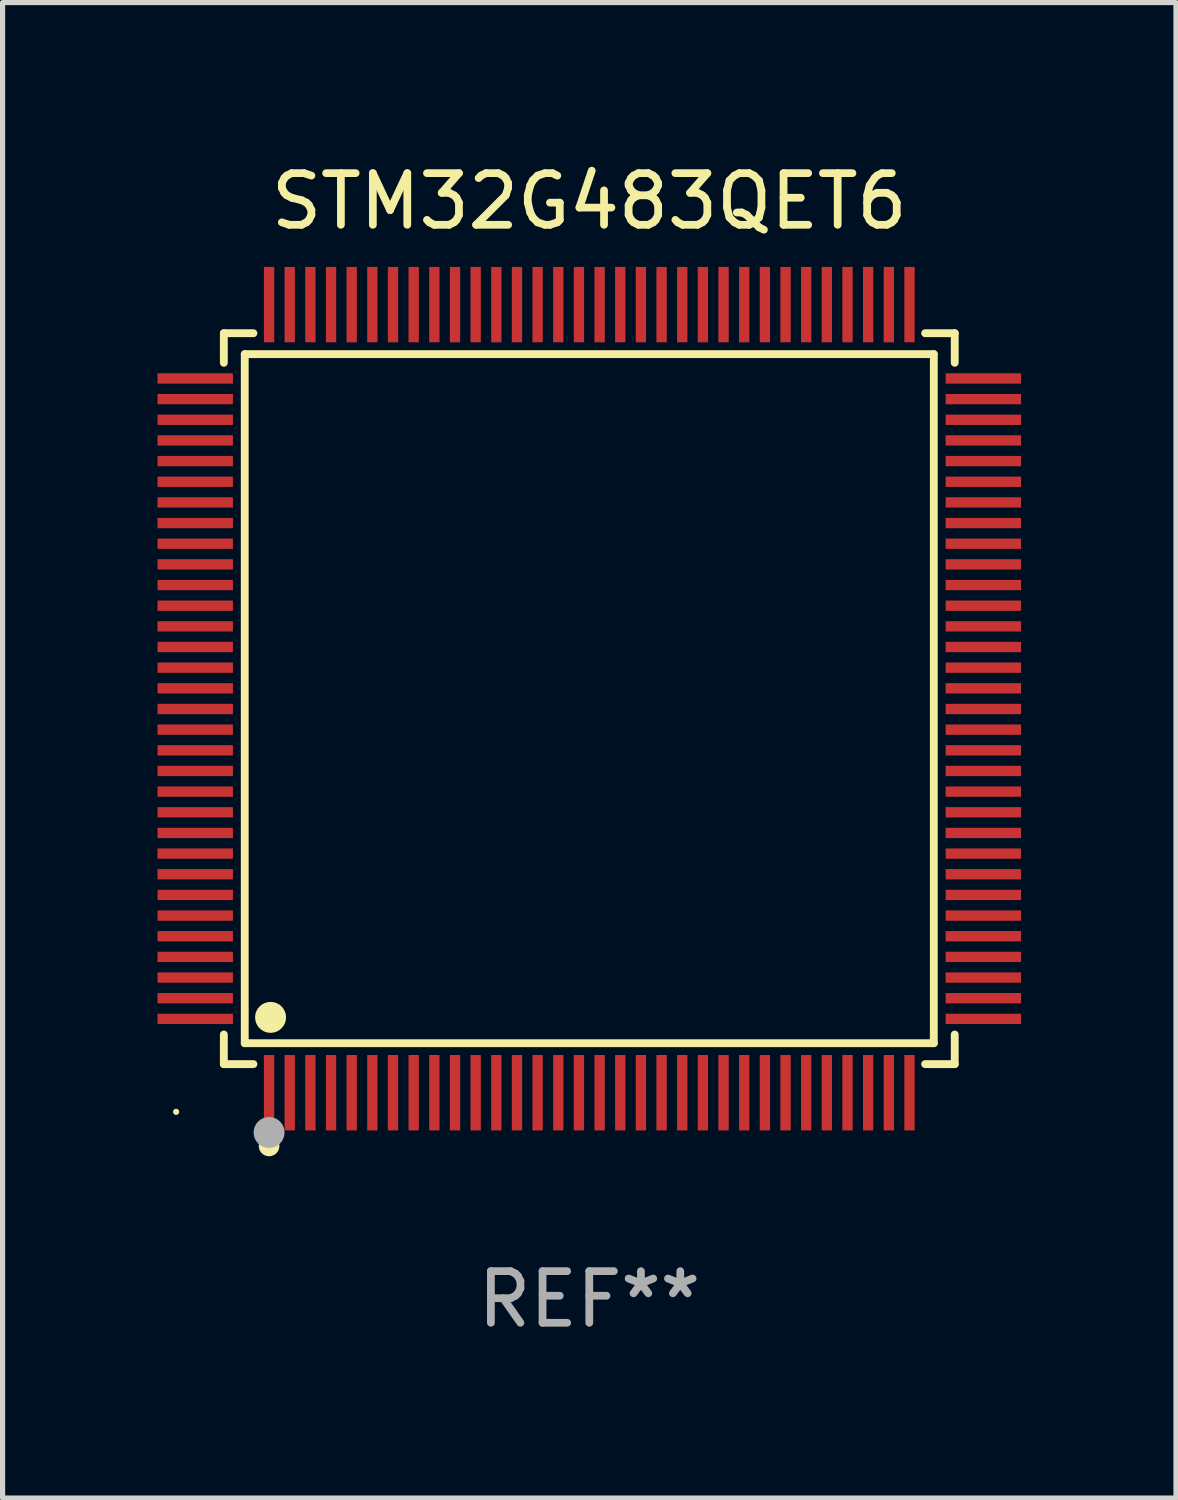
<source format=kicad_pcb>
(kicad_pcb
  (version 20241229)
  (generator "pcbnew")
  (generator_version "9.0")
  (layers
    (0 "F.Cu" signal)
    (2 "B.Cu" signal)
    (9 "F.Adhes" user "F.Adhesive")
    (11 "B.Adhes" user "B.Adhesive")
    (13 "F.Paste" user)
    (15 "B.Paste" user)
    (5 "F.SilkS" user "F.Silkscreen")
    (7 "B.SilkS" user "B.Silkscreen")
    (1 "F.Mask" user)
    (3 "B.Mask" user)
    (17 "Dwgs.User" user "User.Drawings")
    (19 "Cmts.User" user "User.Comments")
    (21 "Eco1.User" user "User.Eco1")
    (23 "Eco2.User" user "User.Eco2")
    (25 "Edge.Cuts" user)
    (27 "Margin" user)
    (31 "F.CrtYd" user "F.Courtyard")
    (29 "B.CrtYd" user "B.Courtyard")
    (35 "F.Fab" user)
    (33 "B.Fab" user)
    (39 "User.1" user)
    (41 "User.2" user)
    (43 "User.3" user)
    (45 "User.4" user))
  (footprint "STM32G483QET6"
    (layer "F.Cu")
    (at 8.36 10.478)
    (property "Reference" "STM32G483QET6" (at 0 -9.63 0) (layer "F.SilkS") (effects (font (size 1 1) (thickness 0.15))))
    (attr through_hole)
    (fp_line (start -7.076 -7.076) (end -6.503 -7.076) (stroke (width 0.152) (type solid)) (layer "F.SilkS"))
    (fp_line (start -7.076 -6.503) (end -7.076 -7.076) (stroke (width 0.152) (type solid)) (layer "F.SilkS"))
    (fp_line (start -7.076 6.503) (end -7.076 7.076) (stroke (width 0.152) (type solid)) (layer "F.SilkS"))
    (fp_line (start -7.076 7.076) (end -6.503 7.076) (stroke (width 0.152) (type solid)) (layer "F.SilkS"))
    (fp_line (start -6.671 -6.671) (end 6.671 -6.671) (stroke (width 0.152) (type solid)) (layer "F.SilkS"))
    (fp_line (start -6.671 6.671) (end -6.671 -6.671) (stroke (width 0.152) (type solid)) (layer "F.SilkS"))
    (fp_line (start 6.671 -6.671) (end 6.671 6.671) (stroke (width 0.152) (type solid)) (layer "F.SilkS"))
    (fp_line (start 6.671 6.671) (end -6.671 6.671) (stroke (width 0.152) (type solid)) (layer "F.SilkS"))
    (fp_line (start 7.076 -7.076) (end 6.503 -7.076) (stroke (width 0.152) (type solid)) (layer "F.SilkS"))
    (fp_line (start 7.076 -6.503) (end 7.076 -7.076) (stroke (width 0.152) (type solid)) (layer "F.SilkS"))
    (fp_line (start 7.076 6.503) (end 7.076 7.076) (stroke (width 0.152) (type solid)) (layer "F.SilkS"))
    (fp_line (start 7.076 7.076) (end 6.503 7.076) (stroke (width 0.152) (type solid)) (layer "F.SilkS"))
    (fp_circle (center -8 8) (end -7.97 8) (stroke (width 0.06) (type solid)) (fill no) (layer "F.SilkS"))
    (fp_circle (center -6.2 8.66) (end -6.1 8.66) (stroke (width 0.2) (type solid)) (fill no) (layer "F.SilkS"))
    (fp_circle (center -6.171 6.171) (end -6.021 6.171) (stroke (width 0.3) (type solid)) (fill no) (layer "F.SilkS"))
    (fp_circle (center -6.2 8.4) (end -6.05 8.4) (stroke (width 0.3) (type solid)) (fill no) (layer "F.Fab"))
    (fp_text user "REF**" (at 0 11.63 0) (layer "F.Fab") (effects (font (size 1 1) (thickness 0.15))))
    (pad "1" smd rect (at -6.2 7.63) (size 0.2 1.46) (layers "F.Cu" "F.Mask" "F.Paste"))
    (pad "2" smd rect (at -5.8 7.63) (size 0.2 1.46) (layers "F.Cu" "F.Mask" "F.Paste"))
    (pad "3" smd rect (at -5.4 7.63) (size 0.2 1.46) (layers "F.Cu" "F.Mask" "F.Paste"))
    (pad "4" smd rect (at -5 7.63) (size 0.2 1.46) (layers "F.Cu" "F.Mask" "F.Paste"))
    (pad "5" smd rect (at -4.6 7.63) (size 0.2 1.46) (layers "F.Cu" "F.Mask" "F.Paste"))
    (pad "6" smd rect (at -4.2 7.63) (size 0.2 1.46) (layers "F.Cu" "F.Mask" "F.Paste"))
    (pad "7" smd rect (at -3.8 7.63) (size 0.2 1.46) (layers "F.Cu" "F.Mask" "F.Paste"))
    (pad "8" smd rect (at -3.4 7.63) (size 0.2 1.46) (layers "F.Cu" "F.Mask" "F.Paste"))
    (pad "9" smd rect (at -3 7.63) (size 0.2 1.46) (layers "F.Cu" "F.Mask" "F.Paste"))
    (pad "10" smd rect (at -2.6 7.63) (size 0.2 1.46) (layers "F.Cu" "F.Mask" "F.Paste"))
    (pad "11" smd rect (at -2.2 7.63) (size 0.2 1.46) (layers "F.Cu" "F.Mask" "F.Paste"))
    (pad "12" smd rect (at -1.8 7.63) (size 0.2 1.46) (layers "F.Cu" "F.Mask" "F.Paste"))
    (pad "13" smd rect (at -1.4 7.63) (size 0.2 1.46) (layers "F.Cu" "F.Mask" "F.Paste"))
    (pad "14" smd rect (at -1 7.63) (size 0.2 1.46) (layers "F.Cu" "F.Mask" "F.Paste"))
    (pad "15" smd rect (at -0.6 7.63) (size 0.2 1.46) (layers "F.Cu" "F.Mask" "F.Paste"))
    (pad "16" smd rect (at -0.2 7.63) (size 0.2 1.46) (layers "F.Cu" "F.Mask" "F.Paste"))
    (pad "17" smd rect (at 0.2 7.63) (size 0.2 1.46) (layers "F.Cu" "F.Mask" "F.Paste"))
    (pad "18" smd rect (at 0.6 7.63) (size 0.2 1.46) (layers "F.Cu" "F.Mask" "F.Paste"))
    (pad "19" smd rect (at 1 7.63) (size 0.2 1.46) (layers "F.Cu" "F.Mask" "F.Paste"))
    (pad "20" smd rect (at 1.4 7.63) (size 0.2 1.46) (layers "F.Cu" "F.Mask" "F.Paste"))
    (pad "21" smd rect (at 1.8 7.63) (size 0.2 1.46) (layers "F.Cu" "F.Mask" "F.Paste"))
    (pad "22" smd rect (at 2.2 7.63) (size 0.2 1.46) (layers "F.Cu" "F.Mask" "F.Paste"))
    (pad "23" smd rect (at 2.6 7.63) (size 0.2 1.46) (layers "F.Cu" "F.Mask" "F.Paste"))
    (pad "24" smd rect (at 3 7.63) (size 0.2 1.46) (layers "F.Cu" "F.Mask" "F.Paste"))
    (pad "25" smd rect (at 3.4 7.63) (size 0.2 1.46) (layers "F.Cu" "F.Mask" "F.Paste"))
    (pad "26" smd rect (at 3.8 7.63) (size 0.2 1.46) (layers "F.Cu" "F.Mask" "F.Paste"))
    (pad "27" smd rect (at 4.2 7.63) (size 0.2 1.46) (layers "F.Cu" "F.Mask" "F.Paste"))
    (pad "28" smd rect (at 4.6 7.63) (size 0.2 1.46) (layers "F.Cu" "F.Mask" "F.Paste"))
    (pad "29" smd rect (at 5 7.63) (size 0.2 1.46) (layers "F.Cu" "F.Mask" "F.Paste"))
    (pad "30" smd rect (at 5.4 7.63) (size 0.2 1.46) (layers "F.Cu" "F.Mask" "F.Paste"))
    (pad "31" smd rect (at 5.8 7.63) (size 0.2 1.46) (layers "F.Cu" "F.Mask" "F.Paste"))
    (pad "32" smd rect (at 6.2 7.63) (size 0.2 1.46) (layers "F.Cu" "F.Mask" "F.Paste"))
    (pad "33" smd rect (at 7.63 6.2) (size 1.46 0.2) (layers "F.Cu" "F.Mask" "F.Paste"))
    (pad "34" smd rect (at 7.63 5.8) (size 1.46 0.2) (layers "F.Cu" "F.Mask" "F.Paste"))
    (pad "35" smd rect (at 7.63 5.4) (size 1.46 0.2) (layers "F.Cu" "F.Mask" "F.Paste"))
    (pad "36" smd rect (at 7.63 5) (size 1.46 0.2) (layers "F.Cu" "F.Mask" "F.Paste"))
    (pad "37" smd rect (at 7.63 4.6) (size 1.46 0.2) (layers "F.Cu" "F.Mask" "F.Paste"))
    (pad "38" smd rect (at 7.63 4.2) (size 1.46 0.2) (layers "F.Cu" "F.Mask" "F.Paste"))
    (pad "39" smd rect (at 7.63 3.8) (size 1.46 0.2) (layers "F.Cu" "F.Mask" "F.Paste"))
    (pad "40" smd rect (at 7.63 3.4) (size 1.46 0.2) (layers "F.Cu" "F.Mask" "F.Paste"))
    (pad "41" smd rect (at 7.63 3) (size 1.46 0.2) (layers "F.Cu" "F.Mask" "F.Paste"))
    (pad "42" smd rect (at 7.63 2.6) (size 1.46 0.2) (layers "F.Cu" "F.Mask" "F.Paste"))
    (pad "43" smd rect (at 7.63 2.2) (size 1.46 0.2) (layers "F.Cu" "F.Mask" "F.Paste"))
    (pad "44" smd rect (at 7.63 1.8) (size 1.46 0.2) (layers "F.Cu" "F.Mask" "F.Paste"))
    (pad "45" smd rect (at 7.63 1.4) (size 1.46 0.2) (layers "F.Cu" "F.Mask" "F.Paste"))
    (pad "46" smd rect (at 7.63 1) (size 1.46 0.2) (layers "F.Cu" "F.Mask" "F.Paste"))
    (pad "47" smd rect (at 7.63 0.6) (size 1.46 0.2) (layers "F.Cu" "F.Mask" "F.Paste"))
    (pad "48" smd rect (at 7.63 0.2) (size 1.46 0.2) (layers "F.Cu" "F.Mask" "F.Paste"))
    (pad "49" smd rect (at 7.63 -0.2) (size 1.46 0.2) (layers "F.Cu" "F.Mask" "F.Paste"))
    (pad "50" smd rect (at 7.63 -0.6) (size 1.46 0.2) (layers "F.Cu" "F.Mask" "F.Paste"))
    (pad "51" smd rect (at 7.63 -1) (size 1.46 0.2) (layers "F.Cu" "F.Mask" "F.Paste"))
    (pad "52" smd rect (at 7.63 -1.4) (size 1.46 0.2) (layers "F.Cu" "F.Mask" "F.Paste"))
    (pad "53" smd rect (at 7.63 -1.8) (size 1.46 0.2) (layers "F.Cu" "F.Mask" "F.Paste"))
    (pad "54" smd rect (at 7.63 -2.2) (size 1.46 0.2) (layers "F.Cu" "F.Mask" "F.Paste"))
    (pad "55" smd rect (at 7.63 -2.6) (size 1.46 0.2) (layers "F.Cu" "F.Mask" "F.Paste"))
    (pad "56" smd rect (at 7.63 -3) (size 1.46 0.2) (layers "F.Cu" "F.Mask" "F.Paste"))
    (pad "57" smd rect (at 7.63 -3.4) (size 1.46 0.2) (layers "F.Cu" "F.Mask" "F.Paste"))
    (pad "58" smd rect (at 7.63 -3.8) (size 1.46 0.2) (layers "F.Cu" "F.Mask" "F.Paste"))
    (pad "59" smd rect (at 7.63 -4.2) (size 1.46 0.2) (layers "F.Cu" "F.Mask" "F.Paste"))
    (pad "60" smd rect (at 7.63 -4.6) (size 1.46 0.2) (layers "F.Cu" "F.Mask" "F.Paste"))
    (pad "61" smd rect (at 7.63 -5) (size 1.46 0.2) (layers "F.Cu" "F.Mask" "F.Paste"))
    (pad "62" smd rect (at 7.63 -5.4) (size 1.46 0.2) (layers "F.Cu" "F.Mask" "F.Paste"))
    (pad "63" smd rect (at 7.63 -5.8) (size 1.46 0.2) (layers "F.Cu" "F.Mask" "F.Paste"))
    (pad "64" smd rect (at 7.63 -6.2) (size 1.46 0.2) (layers "F.Cu" "F.Mask" "F.Paste"))
    (pad "65" smd rect (at 6.2 -7.63) (size 0.2 1.46) (layers "F.Cu" "F.Mask" "F.Paste"))
    (pad "66" smd rect (at 5.8 -7.63) (size 0.2 1.46) (layers "F.Cu" "F.Mask" "F.Paste"))
    (pad "67" smd rect (at 5.4 -7.63) (size 0.2 1.46) (layers "F.Cu" "F.Mask" "F.Paste"))
    (pad "68" smd rect (at 5 -7.63) (size 0.2 1.46) (layers "F.Cu" "F.Mask" "F.Paste"))
    (pad "69" smd rect (at 4.6 -7.63) (size 0.2 1.46) (layers "F.Cu" "F.Mask" "F.Paste"))
    (pad "70" smd rect (at 4.2 -7.63) (size 0.2 1.46) (layers "F.Cu" "F.Mask" "F.Paste"))
    (pad "71" smd rect (at 3.8 -7.63) (size 0.2 1.46) (layers "F.Cu" "F.Mask" "F.Paste"))
    (pad "72" smd rect (at 3.4 -7.63) (size 0.2 1.46) (layers "F.Cu" "F.Mask" "F.Paste"))
    (pad "73" smd rect (at 3 -7.63) (size 0.2 1.46) (layers "F.Cu" "F.Mask" "F.Paste"))
    (pad "74" smd rect (at 2.6 -7.63) (size 0.2 1.46) (layers "F.Cu" "F.Mask" "F.Paste"))
    (pad "75" smd rect (at 2.2 -7.63) (size 0.2 1.46) (layers "F.Cu" "F.Mask" "F.Paste"))
    (pad "76" smd rect (at 1.8 -7.63) (size 0.2 1.46) (layers "F.Cu" "F.Mask" "F.Paste"))
    (pad "77" smd rect (at 1.4 -7.63) (size 0.2 1.46) (layers "F.Cu" "F.Mask" "F.Paste"))
    (pad "78" smd rect (at 1 -7.63) (size 0.2 1.46) (layers "F.Cu" "F.Mask" "F.Paste"))
    (pad "79" smd rect (at 0.6 -7.63) (size 0.2 1.46) (layers "F.Cu" "F.Mask" "F.Paste"))
    (pad "80" smd rect (at 0.2 -7.63) (size 0.2 1.46) (layers "F.Cu" "F.Mask" "F.Paste"))
    (pad "81" smd rect (at -0.2 -7.63) (size 0.2 1.46) (layers "F.Cu" "F.Mask" "F.Paste"))
    (pad "82" smd rect (at -0.6 -7.63) (size 0.2 1.46) (layers "F.Cu" "F.Mask" "F.Paste"))
    (pad "83" smd rect (at -1 -7.63) (size 0.2 1.46) (layers "F.Cu" "F.Mask" "F.Paste"))
    (pad "84" smd rect (at -1.4 -7.63) (size 0.2 1.46) (layers "F.Cu" "F.Mask" "F.Paste"))
    (pad "85" smd rect (at -1.8 -7.63) (size 0.2 1.46) (layers "F.Cu" "F.Mask" "F.Paste"))
    (pad "86" smd rect (at -2.2 -7.63) (size 0.2 1.46) (layers "F.Cu" "F.Mask" "F.Paste"))
    (pad "87" smd rect (at -2.6 -7.63) (size 0.2 1.46) (layers "F.Cu" "F.Mask" "F.Paste"))
    (pad "88" smd rect (at -3 -7.63) (size 0.2 1.46) (layers "F.Cu" "F.Mask" "F.Paste"))
    (pad "89" smd rect (at -3.4 -7.63) (size 0.2 1.46) (layers "F.Cu" "F.Mask" "F.Paste"))
    (pad "90" smd rect (at -3.8 -7.63) (size 0.2 1.46) (layers "F.Cu" "F.Mask" "F.Paste"))
    (pad "91" smd rect (at -4.2 -7.63) (size 0.2 1.46) (layers "F.Cu" "F.Mask" "F.Paste"))
    (pad "92" smd rect (at -4.6 -7.63) (size 0.2 1.46) (layers "F.Cu" "F.Mask" "F.Paste"))
    (pad "93" smd rect (at -5 -7.63) (size 0.2 1.46) (layers "F.Cu" "F.Mask" "F.Paste"))
    (pad "94" smd rect (at -5.4 -7.63) (size 0.2 1.46) (layers "F.Cu" "F.Mask" "F.Paste"))
    (pad "95" smd rect (at -5.8 -7.63) (size 0.2 1.46) (layers "F.Cu" "F.Mask" "F.Paste"))
    (pad "96" smd rect (at -6.2 -7.63) (size 0.2 1.46) (layers "F.Cu" "F.Mask" "F.Paste"))
    (pad "97" smd rect (at -7.63 -6.2) (size 1.46 0.2) (layers "F.Cu" "F.Mask" "F.Paste"))
    (pad "98" smd rect (at -7.63 -5.8) (size 1.46 0.2) (layers "F.Cu" "F.Mask" "F.Paste"))
    (pad "99" smd rect (at -7.63 -5.4) (size 1.46 0.2) (layers "F.Cu" "F.Mask" "F.Paste"))
    (pad "100" smd rect (at -7.63 -5) (size 1.46 0.2) (layers "F.Cu" "F.Mask" "F.Paste"))
    (pad "101" smd rect (at -7.63 -4.6) (size 1.46 0.2) (layers "F.Cu" "F.Mask" "F.Paste"))
    (pad "102" smd rect (at -7.63 -4.2) (size 1.46 0.2) (layers "F.Cu" "F.Mask" "F.Paste"))
    (pad "103" smd rect (at -7.63 -3.8) (size 1.46 0.2) (layers "F.Cu" "F.Mask" "F.Paste"))
    (pad "104" smd rect (at -7.63 -3.4) (size 1.46 0.2) (layers "F.Cu" "F.Mask" "F.Paste"))
    (pad "105" smd rect (at -7.63 -3) (size 1.46 0.2) (layers "F.Cu" "F.Mask" "F.Paste"))
    (pad "106" smd rect (at -7.63 -2.6) (size 1.46 0.2) (layers "F.Cu" "F.Mask" "F.Paste"))
    (pad "107" smd rect (at -7.63 -2.2) (size 1.46 0.2) (layers "F.Cu" "F.Mask" "F.Paste"))
    (pad "108" smd rect (at -7.63 -1.8) (size 1.46 0.2) (layers "F.Cu" "F.Mask" "F.Paste"))
    (pad "109" smd rect (at -7.63 -1.4) (size 1.46 0.2) (layers "F.Cu" "F.Mask" "F.Paste"))
    (pad "110" smd rect (at -7.63 -1) (size 1.46 0.2) (layers "F.Cu" "F.Mask" "F.Paste"))
    (pad "111" smd rect (at -7.63 -0.6) (size 1.46 0.2) (layers "F.Cu" "F.Mask" "F.Paste"))
    (pad "112" smd rect (at -7.63 -0.2) (size 1.46 0.2) (layers "F.Cu" "F.Mask" "F.Paste"))
    (pad "113" smd rect (at -7.63 0.2) (size 1.46 0.2) (layers "F.Cu" "F.Mask" "F.Paste"))
    (pad "114" smd rect (at -7.63 0.6) (size 1.46 0.2) (layers "F.Cu" "F.Mask" "F.Paste"))
    (pad "115" smd rect (at -7.63 1) (size 1.46 0.2) (layers "F.Cu" "F.Mask" "F.Paste"))
    (pad "116" smd rect (at -7.63 1.4) (size 1.46 0.2) (layers "F.Cu" "F.Mask" "F.Paste"))
    (pad "117" smd rect (at -7.63 1.8) (size 1.46 0.2) (layers "F.Cu" "F.Mask" "F.Paste"))
    (pad "118" smd rect (at -7.63 2.2) (size 1.46 0.2) (layers "F.Cu" "F.Mask" "F.Paste"))
    (pad "119" smd rect (at -7.63 2.6) (size 1.46 0.2) (layers "F.Cu" "F.Mask" "F.Paste"))
    (pad "120" smd rect (at -7.63 3) (size 1.46 0.2) (layers "F.Cu" "F.Mask" "F.Paste"))
    (pad "121" smd rect (at -7.63 3.4) (size 1.46 0.2) (layers "F.Cu" "F.Mask" "F.Paste"))
    (pad "122" smd rect (at -7.63 3.8) (size 1.46 0.2) (layers "F.Cu" "F.Mask" "F.Paste"))
    (pad "123" smd rect (at -7.63 4.2) (size 1.46 0.2) (layers "F.Cu" "F.Mask" "F.Paste"))
    (pad "124" smd rect (at -7.63 4.6) (size 1.46 0.2) (layers "F.Cu" "F.Mask" "F.Paste"))
    (pad "125" smd rect (at -7.63 5) (size 1.46 0.2) (layers "F.Cu" "F.Mask" "F.Paste"))
    (pad "126" smd rect (at -7.63 5.4) (size 1.46 0.2) (layers "F.Cu" "F.Mask" "F.Paste"))
    (pad "127" smd rect (at -7.63 5.8) (size 1.46 0.2) (layers "F.Cu" "F.Mask" "F.Paste"))
    (pad "128" smd rect (at -7.63 6.2) (size 1.46 0.2) (layers "F.Cu" "F.Mask" "F.Paste")))
  (gr_rect
    (start -3 -3)
    (end 19.72 25.956)
    (stroke (width 0.1) (type default))
    (fill no)
    (layer "Edge.Cuts")))
</source>
